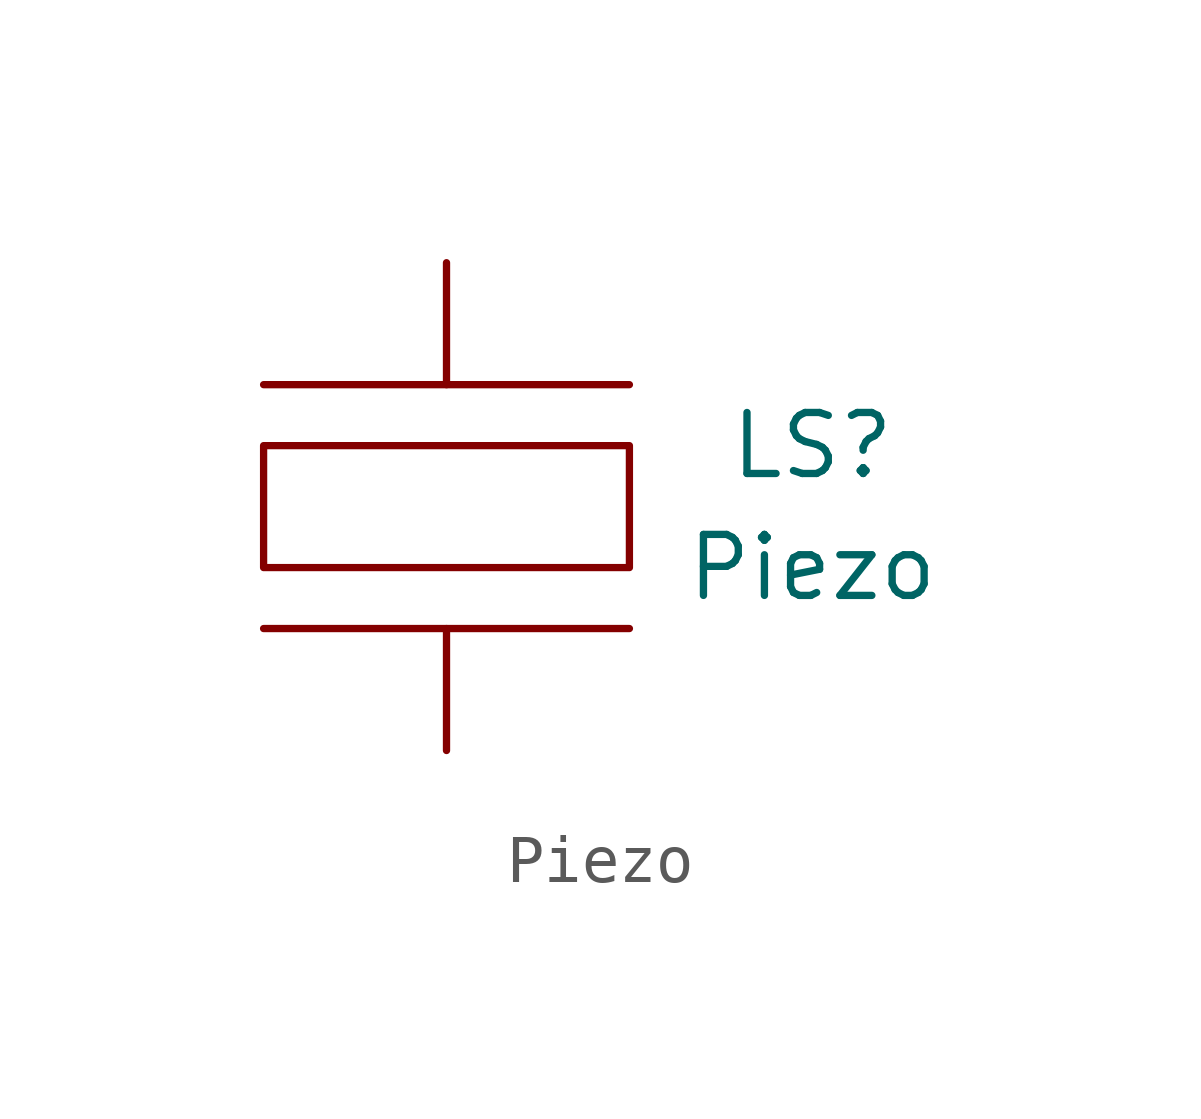
<source format=kicad_sym>
(kicad_symbol_lib
  (version 20211014)
  (generator kicad_symbol_editor)
  (symbol "Piezo"
    (pin_numbers hide)
    (pin_names hide)
    (property "Reference" "LS"
      (at 7.62 1.27 0)
      (effects (font (size 1.27 1.27))))
    (property "Value" "Piezo"
      (at 7.62 -1.27 0)
      (effects (font (size 1.27 1.27))))
    (symbol "Piezo_0_1"
      (rectangle (start -3.81 1.27) (end 3.81 -1.27) (stroke (width 0.152) (type default) (color 0 0 0 0)) (fill (type none)))
      (polyline (pts (xy -3.81 -2.54) (xy 3.81 -2.54)) (stroke (width 0.152) (type default) (color 0 0 0 0)) (fill (type none)))
      (polyline (pts (xy -3.81 2.54) (xy 3.81 2.54)) (stroke (width 0.152) (type default) (color 0 0 0 0)) (fill (type none))))
    (symbol "Piezo_1_1"
      (pin bidirectional line (at 0 5.08 270) (length 2.54) (name "" (effects (font (size 1.27 1.27)))) (number "1" (effects (font (size 1.27 1.27)))))
      (pin power_in line (at 0 -5.08 90) (length 2.54) (name "" (effects (font (size 1.27 1.27)))) (number "2" (effects (font (size 1.27 1.27))))))))
</source>
